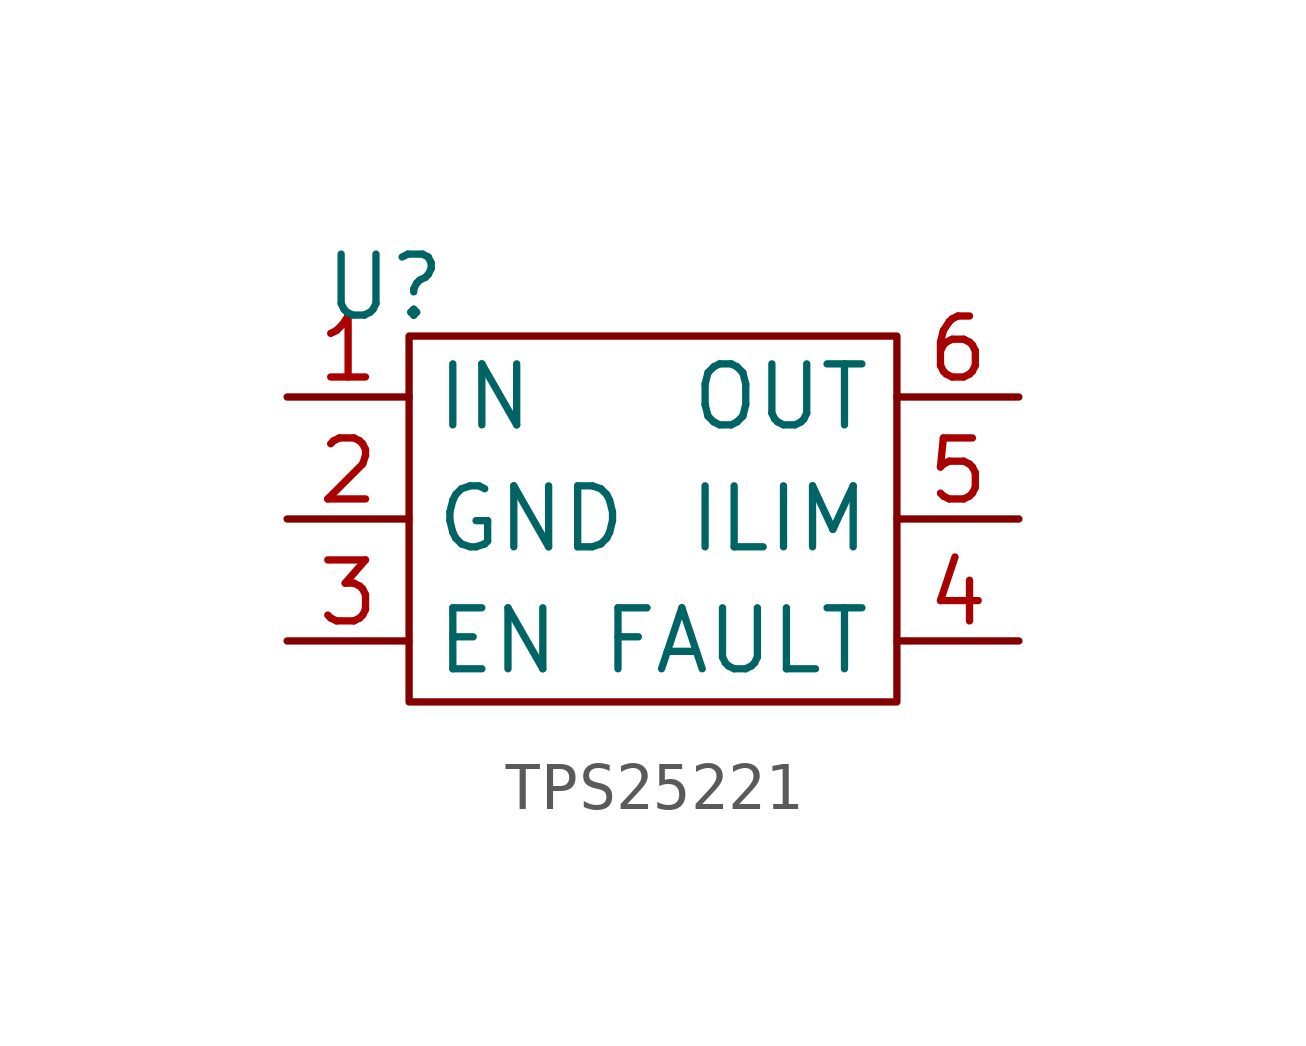
<source format=kicad_sym>
(kicad_symbol_lib
  (version 20231120)
  (generator "kicad_symbol_editor")
  (generator_version "8.0")
  (symbol "TPS25221"
    (property "Reference" "U"
      (at -5.588 4.826 0)
      (effects (font (size 1.27 1.27))))
    (property "Value" ""
      (at 0 -2.54 0)
      (effects (font (size 1.27 1.27))))
    (symbol "TPS25221_0_1"
      (rectangle (start -5.08 3.81) (end 5.08 -3.81) (stroke (width 0) (type default)) (fill (type none))))
    (symbol "TPS25221_1_1"
      (pin input line (at -7.62 2.54 0) (length 2.54) (name "IN" (effects (font (size 1.27 1.27)))) (number "1" (effects (font (size 1.27 1.27)))))
      (pin input line (at -7.62 0 0) (length 2.54) (name "GND" (effects (font (size 1.27 1.27)))) (number "2" (effects (font (size 1.27 1.27)))))
      (pin input line (at -7.62 -2.54 0) (length 2.54) (name "EN" (effects (font (size 1.27 1.27)))) (number "3" (effects (font (size 1.27 1.27)))))
      (pin input line (at 7.62 -2.54 180) (length 2.54) (name "FAULT" (effects (font (size 1.27 1.27)))) (number "4" (effects (font (size 1.27 1.27)))))
      (pin input line (at 7.62 0 180) (length 2.54) (name "ILIM" (effects (font (size 1.27 1.27)))) (number "5" (effects (font (size 1.27 1.27)))))
      (pin input line (at 7.62 2.54 180) (length 2.54) (name "OUT" (effects (font (size 1.27 1.27)))) (number "6" (effects (font (size 1.27 1.27))))))))
</source>
